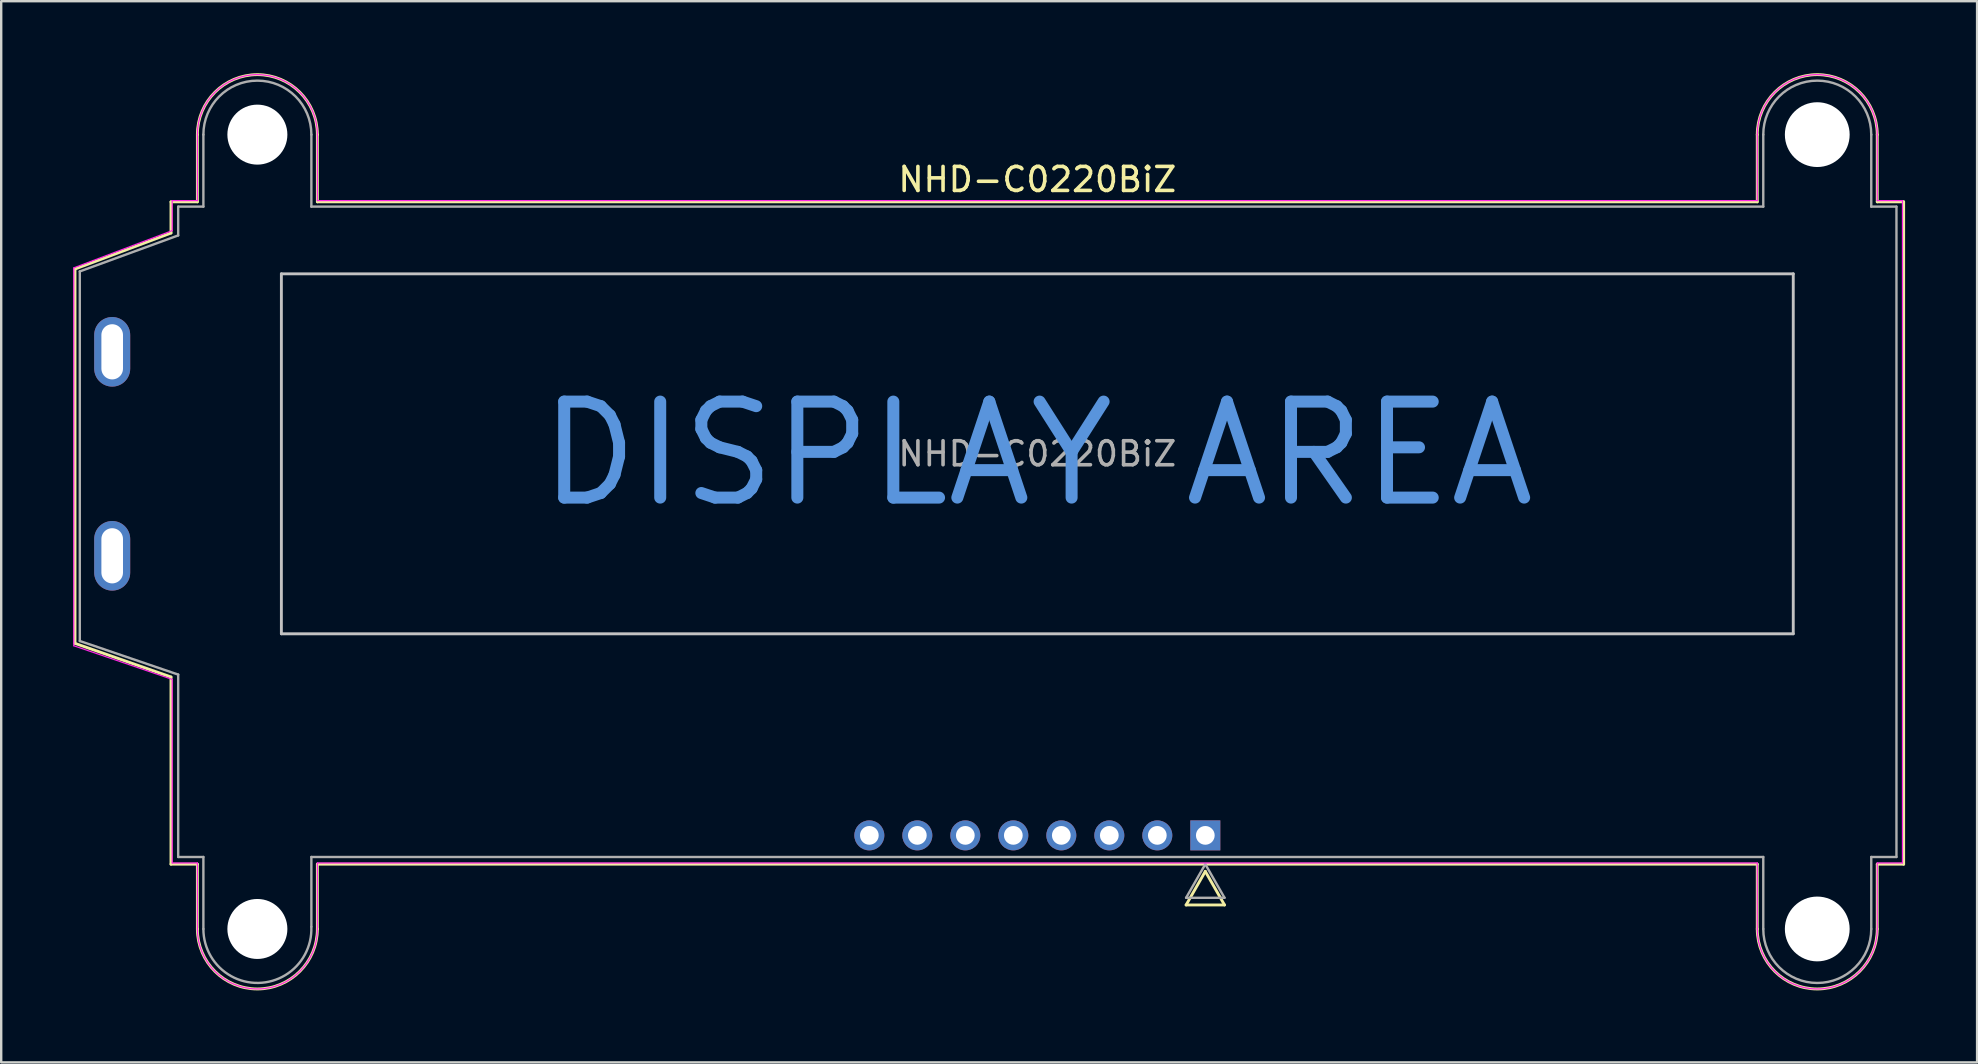
<source format=kicad_pcb>
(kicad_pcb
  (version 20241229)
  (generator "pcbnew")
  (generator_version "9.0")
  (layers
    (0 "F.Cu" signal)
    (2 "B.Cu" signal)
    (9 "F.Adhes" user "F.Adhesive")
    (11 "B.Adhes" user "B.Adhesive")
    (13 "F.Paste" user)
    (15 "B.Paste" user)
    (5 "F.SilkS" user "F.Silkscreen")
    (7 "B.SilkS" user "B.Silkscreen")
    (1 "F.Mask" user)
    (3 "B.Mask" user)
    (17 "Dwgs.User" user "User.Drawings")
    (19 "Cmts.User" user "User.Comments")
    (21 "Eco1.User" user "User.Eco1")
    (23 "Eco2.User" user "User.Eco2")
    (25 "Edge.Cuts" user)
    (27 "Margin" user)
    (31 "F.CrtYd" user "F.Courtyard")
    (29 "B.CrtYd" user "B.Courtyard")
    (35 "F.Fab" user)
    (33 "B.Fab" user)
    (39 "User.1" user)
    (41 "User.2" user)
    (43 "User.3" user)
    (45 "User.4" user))
  (footprint "NHD-C0220BiZ"
    (layer "F.Cu")
    (at 40.175 15.86)
    (property "Reference" "NHD-C0220BiZ" (at 0 -11.43 0) (layer "F.SilkS") (effects (font (size 1 1) (thickness 0.15))))
    (attr through_hole)
    (fp_line (start -40.1 -7.7) (end -40.1 7.9) (stroke (width 0.12) (type solid)) (layer "F.SilkS"))
    (fp_line (start -40.1 7.9) (end -36.1 9.3) (stroke (width 0.12) (type solid)) (layer "F.SilkS"))
    (fp_line (start -36.1 -10.5) (end -36.1 -9.2) (stroke (width 0.12) (type solid)) (layer "F.SilkS"))
    (fp_line (start -36.1 -9.2) (end -40.1 -7.7) (stroke (width 0.12) (type solid)) (layer "F.SilkS"))
    (fp_line (start -36.1 9.3) (end -36.1 17.1) (stroke (width 0.12) (type solid)) (layer "F.SilkS"))
    (fp_line (start -36.1 17.1) (end -35 17.1) (stroke (width 0.12) (type solid)) (layer "F.SilkS"))
    (fp_line (start -35 -13.3) (end -35 -10.5) (stroke (width 0.12) (type solid)) (layer "F.SilkS"))
    (fp_line (start -35 -10.5) (end -36.1 -10.5) (stroke (width 0.12) (type solid)) (layer "F.SilkS"))
    (fp_line (start -35 17.1) (end -35 19.8) (stroke (width 0.12) (type solid)) (layer "F.SilkS"))
    (fp_line (start -30 -10.5) (end -30 -13.3) (stroke (width 0.12) (type solid)) (layer "F.SilkS"))
    (fp_line (start -30 17.1) (end 30 17.1) (stroke (width 0.12) (type solid)) (layer "F.SilkS"))
    (fp_line (start -30 19.8) (end -30 17.1) (stroke (width 0.12) (type solid)) (layer "F.SilkS"))
    (fp_line (start 6.2 18.8) (end 7 17.4) (stroke (width 0.12) (type solid)) (layer "F.SilkS"))
    (fp_line (start 6.2 18.8) (end 7.8 18.8) (stroke (width 0.12) (type solid)) (layer "F.SilkS"))
    (fp_line (start 7 17.4) (end 7.8 18.8) (stroke (width 0.12) (type solid)) (layer "F.SilkS"))
    (fp_line (start 30 -13.3) (end 30 -10.5) (stroke (width 0.12) (type solid)) (layer "F.SilkS"))
    (fp_line (start 30 -10.5) (end -30 -10.5) (stroke (width 0.12) (type solid)) (layer "F.SilkS"))
    (fp_line (start 30 17.1) (end 30 19.8) (stroke (width 0.12) (type solid)) (layer "F.SilkS"))
    (fp_line (start 35 -10.5) (end 35 -13.3) (stroke (width 0.12) (type solid)) (layer "F.SilkS"))
    (fp_line (start 35 17.1) (end 36.1 17.1) (stroke (width 0.12) (type solid)) (layer "F.SilkS"))
    (fp_line (start 35 19.8) (end 35 17.1) (stroke (width 0.12) (type solid)) (layer "F.SilkS"))
    (fp_line (start 36.1 -10.5) (end 35 -10.5) (stroke (width 0.12) (type solid)) (layer "F.SilkS"))
    (fp_line (start 36.1 17.1) (end 36.1 -10.5) (stroke (width 0.12) (type solid)) (layer "F.SilkS"))
    (fp_arc (start -35 -13.3) (mid -32.5 -15.8) (end -30 -13.3) (stroke (width 0.12) (type solid)) (layer "F.SilkS"))
    (fp_arc (start -30 19.8) (mid -32.5 22.3) (end -35 19.8) (stroke (width 0.12) (type solid)) (layer "F.SilkS"))
    (fp_arc (start 30 -13.3) (mid 32.5 -15.8) (end 35 -13.3) (stroke (width 0.12) (type solid)) (layer "F.SilkS"))
    (fp_arc (start 35 19.8) (mid 32.5 22.3) (end 30 19.8) (stroke (width 0.12) (type solid)) (layer "F.SilkS"))
    (fp_line (start -31.5 -7.5) (end 31.5 -7.5) (stroke (width 0.12) (type solid)) (layer "Dwgs.User"))
    (fp_line (start -31.5 7.5) (end -31.5 -7.5) (stroke (width 0.12) (type solid)) (layer "Dwgs.User"))
    (fp_line (start 31.5 -7.5) (end 31.5 7.5) (stroke (width 0.12) (type solid)) (layer "Dwgs.User"))
    (fp_line (start 31.5 7.5) (end -31.5 7.5) (stroke (width 0.12) (type solid)) (layer "Dwgs.User"))
    (fp_line (start -40.15 -7.75) (end -36.05 -9.3) (stroke (width 0.05) (type solid)) (layer "F.CrtYd"))
    (fp_line (start -40.15 8) (end -40.15 -7.75) (stroke (width 0.05) (type solid)) (layer "F.CrtYd"))
    (fp_line (start -36.05 -10.55) (end -35 -10.55) (stroke (width 0.05) (type solid)) (layer "F.CrtYd"))
    (fp_line (start -36.05 -9.3) (end -36.05 -10.55) (stroke (width 0.05) (type solid)) (layer "F.CrtYd"))
    (fp_line (start -36.05 9.4) (end -40.15 8) (stroke (width 0.05) (type solid)) (layer "F.CrtYd"))
    (fp_line (start -36.05 17.05) (end -36.05 9.4) (stroke (width 0.05) (type solid)) (layer "F.CrtYd"))
    (fp_line (start -35 -10.55) (end -35 -13.3) (stroke (width 0.05) (type solid)) (layer "F.CrtYd"))
    (fp_line (start -35 17.05) (end -36.05 17.05) (stroke (width 0.05) (type solid)) (layer "F.CrtYd"))
    (fp_line (start -35 19.8) (end -35 17.05) (stroke (width 0.05) (type solid)) (layer "F.CrtYd"))
    (fp_line (start -30 -13.3) (end -30 -10.55) (stroke (width 0.05) (type solid)) (layer "F.CrtYd"))
    (fp_line (start -30 -10.55) (end 30 -10.55) (stroke (width 0.05) (type solid)) (layer "F.CrtYd"))
    (fp_line (start -30 17.05) (end -30 19.8) (stroke (width 0.05) (type solid)) (layer "F.CrtYd"))
    (fp_line (start 30 -10.55) (end 30 -13.3) (stroke (width 0.05) (type solid)) (layer "F.CrtYd"))
    (fp_line (start 30 17.05) (end -30 17.05) (stroke (width 0.05) (type solid)) (layer "F.CrtYd"))
    (fp_line (start 30 19.8) (end 30 17.05) (stroke (width 0.05) (type solid)) (layer "F.CrtYd"))
    (fp_line (start 35 -10.55) (end 35 -13.3) (stroke (width 0.05) (type solid)) (layer "F.CrtYd"))
    (fp_line (start 35 17.05) (end 35 19.8) (stroke (width 0.05) (type solid)) (layer "F.CrtYd"))
    (fp_line (start 36.05 -10.55) (end 35 -10.55) (stroke (width 0.05) (type solid)) (layer "F.CrtYd"))
    (fp_line (start 36.05 -10.55) (end 36.05 17.05) (stroke (width 0.05) (type solid)) (layer "F.CrtYd"))
    (fp_line (start 36.05 17.05) (end 35 17.05) (stroke (width 0.05) (type solid)) (layer "F.CrtYd"))
    (fp_arc (start -35 -13.3) (mid -32.5 -15.8) (end -30 -13.3) (stroke (width 0.05) (type solid)) (layer "F.CrtYd"))
    (fp_arc (start -30 19.8) (mid -32.5 22.3) (end -35 19.8) (stroke (width 0.05) (type solid)) (layer "F.CrtYd"))
    (fp_arc (start 30 -13.3) (mid 32.5 -15.8) (end 35 -13.3) (stroke (width 0.05) (type solid)) (layer "F.CrtYd"))
    (fp_arc (start 35 19.8) (mid 32.5 22.3) (end 30 19.8) (stroke (width 0.05) (type solid)) (layer "F.CrtYd"))
    (fp_line (start -39.9 -7.6) (end -35.8 -9.1) (stroke (width 0.1) (type solid)) (layer "F.Fab"))
    (fp_line (start -39.9 7.8) (end -39.9 -7.6) (stroke (width 0.1) (type solid)) (layer "F.Fab"))
    (fp_line (start -35.8 -10.3) (end -35.8 -9.1) (stroke (width 0.1) (type solid)) (layer "F.Fab"))
    (fp_line (start -35.8 -10.3) (end -34.75 -10.3) (stroke (width 0.1) (type solid)) (layer "F.Fab"))
    (fp_line (start -35.8 9.2) (end -39.9 7.8) (stroke (width 0.1) (type solid)) (layer "F.Fab"))
    (fp_line (start -35.8 9.2) (end -35.8 16.8) (stroke (width 0.1) (type solid)) (layer "F.Fab"))
    (fp_line (start -34.75 -10.3) (end -34.75 -13.3) (stroke (width 0.1) (type solid)) (layer "F.Fab"))
    (fp_line (start -34.75 16.8) (end -35.8 16.8) (stroke (width 0.1) (type solid)) (layer "F.Fab"))
    (fp_line (start -34.75 19.8) (end -34.75 16.8) (stroke (width 0.1) (type solid)) (layer "F.Fab"))
    (fp_line (start -30.25 -10.3) (end -30.25 -13.3) (stroke (width 0.1) (type solid)) (layer "F.Fab"))
    (fp_line (start -30.25 -10.3) (end 30.25 -10.3) (stroke (width 0.1) (type solid)) (layer "F.Fab"))
    (fp_line (start -30.25 16.8) (end -30.25 19.7) (stroke (width 0.1) (type solid)) (layer "F.Fab"))
    (fp_line (start -30.25 16.8) (end 30.25 16.8) (stroke (width 0.1) (type solid)) (layer "F.Fab"))
    (fp_line (start 6.2 18.5) (end 7.8 18.5) (stroke (width 0.1) (type solid)) (layer "F.Fab"))
    (fp_line (start 7 17.1) (end 6.2 18.5) (stroke (width 0.1) (type solid)) (layer "F.Fab"))
    (fp_line (start 7.8 18.5) (end 7 17.1) (stroke (width 0.1) (type solid)) (layer "F.Fab"))
    (fp_line (start 30.25 -10.3) (end 30.25 -13.3) (stroke (width 0.1) (type solid)) (layer "F.Fab"))
    (fp_line (start 30.25 19.8) (end 30.25 16.8) (stroke (width 0.1) (type solid)) (layer "F.Fab"))
    (fp_line (start 34.75 -13.3) (end 34.75 -10.3) (stroke (width 0.1) (type solid)) (layer "F.Fab"))
    (fp_line (start 34.75 -10.3) (end 35.8 -10.3) (stroke (width 0.1) (type solid)) (layer "F.Fab"))
    (fp_line (start 34.75 16.8) (end 34.75 19.8) (stroke (width 0.1) (type solid)) (layer "F.Fab"))
    (fp_line (start 35.8 -10.3) (end 35.8 16.8) (stroke (width 0.1) (type solid)) (layer "F.Fab"))
    (fp_line (start 35.8 16.8) (end 34.75 16.8) (stroke (width 0.1) (type solid)) (layer "F.Fab"))
    (fp_arc (start -34.75 -13.3) (mid -32.5 -15.55) (end -30.25 -13.3) (stroke (width 0.1) (type solid)) (layer "F.Fab"))
    (fp_arc (start -30.251542 19.716724) (mid -32.458355 22.049614) (end -34.75 19.8) (stroke (width 0.1) (type solid)) (layer "F.Fab"))
    (fp_arc (start 30.25 -13.3) (mid 32.5 -15.55) (end 34.75 -13.3) (stroke (width 0.1) (type solid)) (layer "F.Fab"))
    (fp_arc (start 34.75 19.8) (mid 32.5 22.05) (end 30.25 19.8) (stroke (width 0.1) (type solid)) (layer "F.Fab"))
    (fp_text user "DISPLAY AREA" (at 0 0 0) (layer "Cmts.User") (effects (font (size 4 4) (thickness 0.5))))
    (fp_text user "${REFERENCE}" (at 0 0 0) (layer "F.Fab") (effects (font (size 1 1) (thickness 0.15))))
    (pad "" np_thru_hole circle (at -32.5 -13.3) (size 2.5 2.5) (drill 2.5) (layers "*.Cu" "*.Mask"))
    (pad "" np_thru_hole circle (at -32.5 19.8) (size 2.5 2.5) (drill 2.5) (layers "*.Cu" "*.Mask"))
    (pad "" np_thru_hole circle (at 32.5 -13.3) (size 2.7 2.7) (drill 2.7) (layers "*.Cu" "*.Mask"))
    (pad "" np_thru_hole circle (at 32.5 19.8) (size 2.7 2.7) (drill 2.7) (layers "*.Cu" "*.Mask"))
    (pad "1" thru_hole rect (at 7 15.9) (size 1.25 1.25) (drill 0.78) (layers "*.Cu" "*.Mask"))
    (pad "2" thru_hole circle (at 5 15.9) (size 1.25 1.25) (drill 0.78) (layers "*.Cu" "*.Mask"))
    (pad "3" thru_hole circle (at 3 15.9) (size 1.25 1.25) (drill 0.78) (layers "*.Cu" "*.Mask"))
    (pad "4" thru_hole circle (at 1 15.9) (size 1.25 1.25) (drill 0.78) (layers "*.Cu" "*.Mask"))
    (pad "5" thru_hole circle (at -1 15.9) (size 1.25 1.25) (drill 0.78) (layers "*.Cu" "*.Mask"))
    (pad "6" thru_hole circle (at -3 15.9) (size 1.25 1.25) (drill 0.78) (layers "*.Cu" "*.Mask"))
    (pad "7" thru_hole circle (at -5 15.9) (size 1.25 1.25) (drill 0.78) (layers "*.Cu" "*.Mask"))
    (pad "8" thru_hole circle (at -7 15.9) (size 1.25 1.25) (drill 0.78) (layers "*.Cu" "*.Mask"))
    (pad "9" thru_hole oval (at -38.55 4.25) (size 1.5 2.9) (drill oval 0.9 2.3) (layers "*.Cu" "*.Mask"))
    (pad "10" thru_hole oval (at -38.55 -4.25) (size 1.5 2.9) (drill oval 0.9 2.3) (layers "*.Cu" "*.Mask")))
  (gr_rect
    (start -3 -3)
    (end 79.335 41.22)
    (stroke (width 0.1) (type default))
    (fill no)
    (layer "Edge.Cuts")))
</source>
